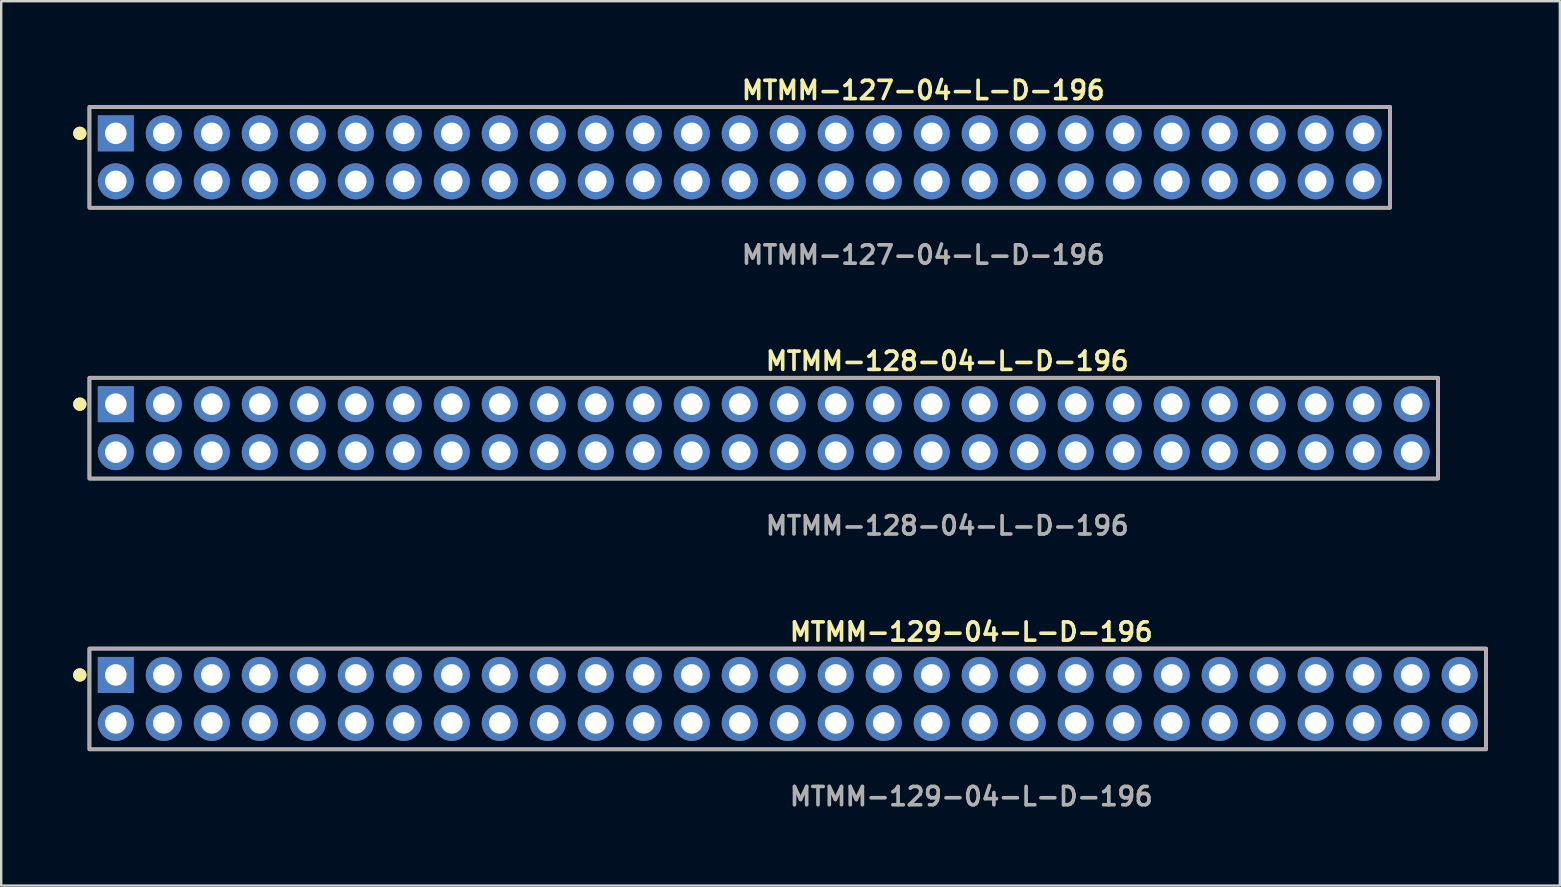
<source format=kicad_pcb>
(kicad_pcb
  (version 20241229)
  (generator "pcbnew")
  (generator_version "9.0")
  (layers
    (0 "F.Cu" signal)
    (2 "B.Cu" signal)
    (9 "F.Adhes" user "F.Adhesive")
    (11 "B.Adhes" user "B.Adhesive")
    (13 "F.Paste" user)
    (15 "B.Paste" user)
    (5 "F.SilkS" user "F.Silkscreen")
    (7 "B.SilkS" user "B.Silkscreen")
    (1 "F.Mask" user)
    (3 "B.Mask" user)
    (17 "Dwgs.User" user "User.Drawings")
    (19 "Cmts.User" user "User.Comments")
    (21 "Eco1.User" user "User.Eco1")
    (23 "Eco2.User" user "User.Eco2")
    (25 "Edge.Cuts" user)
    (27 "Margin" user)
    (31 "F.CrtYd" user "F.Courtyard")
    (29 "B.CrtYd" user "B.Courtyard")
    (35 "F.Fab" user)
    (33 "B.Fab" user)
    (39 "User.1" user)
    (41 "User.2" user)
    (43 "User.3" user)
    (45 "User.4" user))
  (footprint "MTMM-128-04-L-D-196"
    (layer "F.Cu")
    (at 28.776 14.792)
    (property "Reference" "MTMM-128-04-L-D-196" (at 0 -2.794 0) (unlocked yes) (layer "F.SilkS") (effects (font (size 0.762 0.762) (thickness 0.152)) (justify left)))
    (fp_rect (start -28.1 2.1) (end 28.1 -2.1) (stroke (width 0.152) (type solid)) (fill no) (layer "F.SilkS"))
    (fp_circle (center -28.5 -1) (end -28.7 -1) (stroke (width 0.152) (type solid)) (fill yes) (layer "F.SilkS"))
    (fp_circle (center -28.5 -1) (end -28.7 -1) (stroke (width 0.152) (type solid)) (fill yes) (layer "F.SilkS"))
    (fp_rect (start -28.1 2.1) (end 28.1 -2.1) (stroke (width 0.006) (type solid)) (fill no) (layer "F.CrtYd"))
    (fp_rect (start -28.1 2.1) (end 28.1 -2.1) (stroke (width 0.152) (type solid)) (fill no) (layer "F.Fab"))
    (fp_text user "${REFERENCE}" (at 0 4.064 0) (unlocked yes) (layer "F.Fab") (effects (font (size 0.762 0.762) (thickness 0.152)) (justify left)))
    (pad "1" thru_hole rect (at -27 -1) (size 1.5 1.5) (drill 0.9) (layers "*.Cu" "*.Mask"))
    (pad "2" thru_hole circle (at -27 1) (size 1.5 1.5) (drill 0.9) (layers "*.Cu" "*.Mask"))
    (pad "3" thru_hole circle (at -25 -1) (size 1.5 1.5) (drill 0.9) (layers "*.Cu" "*.Mask"))
    (pad "4" thru_hole circle (at -25 1) (size 1.5 1.5) (drill 0.9) (layers "*.Cu" "*.Mask"))
    (pad "5" thru_hole circle (at -23 -1) (size 1.5 1.5) (drill 0.9) (layers "*.Cu" "*.Mask"))
    (pad "6" thru_hole circle (at -23 1) (size 1.5 1.5) (drill 0.9) (layers "*.Cu" "*.Mask"))
    (pad "7" thru_hole circle (at -21 -1) (size 1.5 1.5) (drill 0.9) (layers "*.Cu" "*.Mask"))
    (pad "8" thru_hole circle (at -21 1) (size 1.5 1.5) (drill 0.9) (layers "*.Cu" "*.Mask"))
    (pad "9" thru_hole circle (at -19 -1) (size 1.5 1.5) (drill 0.9) (layers "*.Cu" "*.Mask"))
    (pad "10" thru_hole circle (at -19 1) (size 1.5 1.5) (drill 0.9) (layers "*.Cu" "*.Mask"))
    (pad "11" thru_hole circle (at -17 -1) (size 1.5 1.5) (drill 0.9) (layers "*.Cu" "*.Mask"))
    (pad "12" thru_hole circle (at -17 1) (size 1.5 1.5) (drill 0.9) (layers "*.Cu" "*.Mask"))
    (pad "13" thru_hole circle (at -15 -1) (size 1.5 1.5) (drill 0.9) (layers "*.Cu" "*.Mask"))
    (pad "14" thru_hole circle (at -15 1) (size 1.5 1.5) (drill 0.9) (layers "*.Cu" "*.Mask"))
    (pad "15" thru_hole circle (at -13 -1) (size 1.5 1.5) (drill 0.9) (layers "*.Cu" "*.Mask"))
    (pad "16" thru_hole circle (at -13 1) (size 1.5 1.5) (drill 0.9) (layers "*.Cu" "*.Mask"))
    (pad "17" thru_hole circle (at -11 -1) (size 1.5 1.5) (drill 0.9) (layers "*.Cu" "*.Mask"))
    (pad "18" thru_hole circle (at -11 1) (size 1.5 1.5) (drill 0.9) (layers "*.Cu" "*.Mask"))
    (pad "19" thru_hole circle (at -9 -1) (size 1.5 1.5) (drill 0.9) (layers "*.Cu" "*.Mask"))
    (pad "20" thru_hole circle (at -9 1) (size 1.5 1.5) (drill 0.9) (layers "*.Cu" "*.Mask"))
    (pad "21" thru_hole circle (at -7 -1) (size 1.5 1.5) (drill 0.9) (layers "*.Cu" "*.Mask"))
    (pad "22" thru_hole circle (at -7 1) (size 1.5 1.5) (drill 0.9) (layers "*.Cu" "*.Mask"))
    (pad "23" thru_hole circle (at -5 -1) (size 1.5 1.5) (drill 0.9) (layers "*.Cu" "*.Mask"))
    (pad "24" thru_hole circle (at -5 1) (size 1.5 1.5) (drill 0.9) (layers "*.Cu" "*.Mask"))
    (pad "25" thru_hole circle (at -3 -1) (size 1.5 1.5) (drill 0.9) (layers "*.Cu" "*.Mask"))
    (pad "26" thru_hole circle (at -3 1) (size 1.5 1.5) (drill 0.9) (layers "*.Cu" "*.Mask"))
    (pad "27" thru_hole circle (at -1 -1) (size 1.5 1.5) (drill 0.9) (layers "*.Cu" "*.Mask"))
    (pad "28" thru_hole circle (at -1 1) (size 1.5 1.5) (drill 0.9) (layers "*.Cu" "*.Mask"))
    (pad "29" thru_hole circle (at 1 -1) (size 1.5 1.5) (drill 0.9) (layers "*.Cu" "*.Mask"))
    (pad "30" thru_hole circle (at 1 1) (size 1.5 1.5) (drill 0.9) (layers "*.Cu" "*.Mask"))
    (pad "31" thru_hole circle (at 3 -1) (size 1.5 1.5) (drill 0.9) (layers "*.Cu" "*.Mask"))
    (pad "32" thru_hole circle (at 3 1) (size 1.5 1.5) (drill 0.9) (layers "*.Cu" "*.Mask"))
    (pad "33" thru_hole circle (at 5 -1) (size 1.5 1.5) (drill 0.9) (layers "*.Cu" "*.Mask"))
    (pad "34" thru_hole circle (at 5 1) (size 1.5 1.5) (drill 0.9) (layers "*.Cu" "*.Mask"))
    (pad "35" thru_hole circle (at 7 -1) (size 1.5 1.5) (drill 0.9) (layers "*.Cu" "*.Mask"))
    (pad "36" thru_hole circle (at 7 1) (size 1.5 1.5) (drill 0.9) (layers "*.Cu" "*.Mask"))
    (pad "37" thru_hole circle (at 9 -1) (size 1.5 1.5) (drill 0.9) (layers "*.Cu" "*.Mask"))
    (pad "38" thru_hole circle (at 9 1) (size 1.5 1.5) (drill 0.9) (layers "*.Cu" "*.Mask"))
    (pad "39" thru_hole circle (at 11 -1) (size 1.5 1.5) (drill 0.9) (layers "*.Cu" "*.Mask"))
    (pad "40" thru_hole circle (at 11 1) (size 1.5 1.5) (drill 0.9) (layers "*.Cu" "*.Mask"))
    (pad "41" thru_hole circle (at 13 -1) (size 1.5 1.5) (drill 0.9) (layers "*.Cu" "*.Mask"))
    (pad "42" thru_hole circle (at 13 1) (size 1.5 1.5) (drill 0.9) (layers "*.Cu" "*.Mask"))
    (pad "43" thru_hole circle (at 15 -1) (size 1.5 1.5) (drill 0.9) (layers "*.Cu" "*.Mask"))
    (pad "44" thru_hole circle (at 15 1) (size 1.5 1.5) (drill 0.9) (layers "*.Cu" "*.Mask"))
    (pad "45" thru_hole circle (at 17 -1) (size 1.5 1.5) (drill 0.9) (layers "*.Cu" "*.Mask"))
    (pad "46" thru_hole circle (at 17 1) (size 1.5 1.5) (drill 0.9) (layers "*.Cu" "*.Mask"))
    (pad "47" thru_hole circle (at 19 -1) (size 1.5 1.5) (drill 0.9) (layers "*.Cu" "*.Mask"))
    (pad "48" thru_hole circle (at 19 1) (size 1.5 1.5) (drill 0.9) (layers "*.Cu" "*.Mask"))
    (pad "49" thru_hole circle (at 21 -1) (size 1.5 1.5) (drill 0.9) (layers "*.Cu" "*.Mask"))
    (pad "50" thru_hole circle (at 21 1) (size 1.5 1.5) (drill 0.9) (layers "*.Cu" "*.Mask"))
    (pad "51" thru_hole circle (at 23 -1) (size 1.5 1.5) (drill 0.9) (layers "*.Cu" "*.Mask"))
    (pad "52" thru_hole circle (at 23 1) (size 1.5 1.5) (drill 0.9) (layers "*.Cu" "*.Mask"))
    (pad "53" thru_hole circle (at 25 -1) (size 1.5 1.5) (drill 0.9) (layers "*.Cu" "*.Mask"))
    (pad "54" thru_hole circle (at 25 1) (size 1.5 1.5) (drill 0.9) (layers "*.Cu" "*.Mask"))
    (pad "55" thru_hole circle (at 27 -1) (size 1.5 1.5) (drill 0.9) (layers "*.Cu" "*.Mask"))
    (pad "56" thru_hole circle (at 27 1) (size 1.5 1.5) (drill 0.9) (layers "*.Cu" "*.Mask")))
  (footprint "MTMM-129-04-L-D-196"
    (layer "F.Cu")
    (at 29.776 26.076)
    (property "Reference" "MTMM-129-04-L-D-196" (at 0 -2.794 0) (unlocked yes) (layer "F.SilkS") (effects (font (size 0.762 0.762) (thickness 0.152)) (justify left)))
    (fp_rect (start -29.1 2.1) (end 29.1 -2.1) (stroke (width 0.152) (type solid)) (fill no) (layer "F.SilkS"))
    (fp_circle (center -29.5 -1) (end -29.7 -1) (stroke (width 0.152) (type solid)) (fill yes) (layer "F.SilkS"))
    (fp_circle (center -29.5 -1) (end -29.7 -1) (stroke (width 0.152) (type solid)) (fill yes) (layer "F.SilkS"))
    (fp_rect (start -29.1 2.1) (end 29.1 -2.1) (stroke (width 0.006) (type solid)) (fill no) (layer "F.CrtYd"))
    (fp_rect (start -29.1 2.1) (end 29.1 -2.1) (stroke (width 0.152) (type solid)) (fill no) (layer "F.Fab"))
    (fp_text user "${REFERENCE}" (at 0 4.064 0) (unlocked yes) (layer "F.Fab") (effects (font (size 0.762 0.762) (thickness 0.152)) (justify left)))
    (pad "1" thru_hole rect (at -28 -1) (size 1.5 1.5) (drill 0.9) (layers "*.Cu" "*.Mask"))
    (pad "2" thru_hole circle (at -28 1) (size 1.5 1.5) (drill 0.9) (layers "*.Cu" "*.Mask"))
    (pad "3" thru_hole circle (at -26 -1) (size 1.5 1.5) (drill 0.9) (layers "*.Cu" "*.Mask"))
    (pad "4" thru_hole circle (at -26 1) (size 1.5 1.5) (drill 0.9) (layers "*.Cu" "*.Mask"))
    (pad "5" thru_hole circle (at -24 -1) (size 1.5 1.5) (drill 0.9) (layers "*.Cu" "*.Mask"))
    (pad "6" thru_hole circle (at -24 1) (size 1.5 1.5) (drill 0.9) (layers "*.Cu" "*.Mask"))
    (pad "7" thru_hole circle (at -22 -1) (size 1.5 1.5) (drill 0.9) (layers "*.Cu" "*.Mask"))
    (pad "8" thru_hole circle (at -22 1) (size 1.5 1.5) (drill 0.9) (layers "*.Cu" "*.Mask"))
    (pad "9" thru_hole circle (at -20 -1) (size 1.5 1.5) (drill 0.9) (layers "*.Cu" "*.Mask"))
    (pad "10" thru_hole circle (at -20 1) (size 1.5 1.5) (drill 0.9) (layers "*.Cu" "*.Mask"))
    (pad "11" thru_hole circle (at -18 -1) (size 1.5 1.5) (drill 0.9) (layers "*.Cu" "*.Mask"))
    (pad "12" thru_hole circle (at -18 1) (size 1.5 1.5) (drill 0.9) (layers "*.Cu" "*.Mask"))
    (pad "13" thru_hole circle (at -16 -1) (size 1.5 1.5) (drill 0.9) (layers "*.Cu" "*.Mask"))
    (pad "14" thru_hole circle (at -16 1) (size 1.5 1.5) (drill 0.9) (layers "*.Cu" "*.Mask"))
    (pad "15" thru_hole circle (at -14 -1) (size 1.5 1.5) (drill 0.9) (layers "*.Cu" "*.Mask"))
    (pad "16" thru_hole circle (at -14 1) (size 1.5 1.5) (drill 0.9) (layers "*.Cu" "*.Mask"))
    (pad "17" thru_hole circle (at -12 -1) (size 1.5 1.5) (drill 0.9) (layers "*.Cu" "*.Mask"))
    (pad "18" thru_hole circle (at -12 1) (size 1.5 1.5) (drill 0.9) (layers "*.Cu" "*.Mask"))
    (pad "19" thru_hole circle (at -10 -1) (size 1.5 1.5) (drill 0.9) (layers "*.Cu" "*.Mask"))
    (pad "20" thru_hole circle (at -10 1) (size 1.5 1.5) (drill 0.9) (layers "*.Cu" "*.Mask"))
    (pad "21" thru_hole circle (at -8 -1) (size 1.5 1.5) (drill 0.9) (layers "*.Cu" "*.Mask"))
    (pad "22" thru_hole circle (at -8 1) (size 1.5 1.5) (drill 0.9) (layers "*.Cu" "*.Mask"))
    (pad "23" thru_hole circle (at -6 -1) (size 1.5 1.5) (drill 0.9) (layers "*.Cu" "*.Mask"))
    (pad "24" thru_hole circle (at -6 1) (size 1.5 1.5) (drill 0.9) (layers "*.Cu" "*.Mask"))
    (pad "25" thru_hole circle (at -4 -1) (size 1.5 1.5) (drill 0.9) (layers "*.Cu" "*.Mask"))
    (pad "26" thru_hole circle (at -4 1) (size 1.5 1.5) (drill 0.9) (layers "*.Cu" "*.Mask"))
    (pad "27" thru_hole circle (at -2 -1) (size 1.5 1.5) (drill 0.9) (layers "*.Cu" "*.Mask"))
    (pad "28" thru_hole circle (at -2 1) (size 1.5 1.5) (drill 0.9) (layers "*.Cu" "*.Mask"))
    (pad "29" thru_hole circle (at 0 -1) (size 1.5 1.5) (drill 0.9) (layers "*.Cu" "*.Mask"))
    (pad "30" thru_hole circle (at 0 1) (size 1.5 1.5) (drill 0.9) (layers "*.Cu" "*.Mask"))
    (pad "31" thru_hole circle (at 2 -1) (size 1.5 1.5) (drill 0.9) (layers "*.Cu" "*.Mask"))
    (pad "32" thru_hole circle (at 2 1) (size 1.5 1.5) (drill 0.9) (layers "*.Cu" "*.Mask"))
    (pad "33" thru_hole circle (at 4 -1) (size 1.5 1.5) (drill 0.9) (layers "*.Cu" "*.Mask"))
    (pad "34" thru_hole circle (at 4 1) (size 1.5 1.5) (drill 0.9) (layers "*.Cu" "*.Mask"))
    (pad "35" thru_hole circle (at 6 -1) (size 1.5 1.5) (drill 0.9) (layers "*.Cu" "*.Mask"))
    (pad "36" thru_hole circle (at 6 1) (size 1.5 1.5) (drill 0.9) (layers "*.Cu" "*.Mask"))
    (pad "37" thru_hole circle (at 8 -1) (size 1.5 1.5) (drill 0.9) (layers "*.Cu" "*.Mask"))
    (pad "38" thru_hole circle (at 8 1) (size 1.5 1.5) (drill 0.9) (layers "*.Cu" "*.Mask"))
    (pad "39" thru_hole circle (at 10 -1) (size 1.5 1.5) (drill 0.9) (layers "*.Cu" "*.Mask"))
    (pad "40" thru_hole circle (at 10 1) (size 1.5 1.5) (drill 0.9) (layers "*.Cu" "*.Mask"))
    (pad "41" thru_hole circle (at 12 -1) (size 1.5 1.5) (drill 0.9) (layers "*.Cu" "*.Mask"))
    (pad "42" thru_hole circle (at 12 1) (size 1.5 1.5) (drill 0.9) (layers "*.Cu" "*.Mask"))
    (pad "43" thru_hole circle (at 14 -1) (size 1.5 1.5) (drill 0.9) (layers "*.Cu" "*.Mask"))
    (pad "44" thru_hole circle (at 14 1) (size 1.5 1.5) (drill 0.9) (layers "*.Cu" "*.Mask"))
    (pad "45" thru_hole circle (at 16 -1) (size 1.5 1.5) (drill 0.9) (layers "*.Cu" "*.Mask"))
    (pad "46" thru_hole circle (at 16 1) (size 1.5 1.5) (drill 0.9) (layers "*.Cu" "*.Mask"))
    (pad "47" thru_hole circle (at 18 -1) (size 1.5 1.5) (drill 0.9) (layers "*.Cu" "*.Mask"))
    (pad "48" thru_hole circle (at 18 1) (size 1.5 1.5) (drill 0.9) (layers "*.Cu" "*.Mask"))
    (pad "49" thru_hole circle (at 20 -1) (size 1.5 1.5) (drill 0.9) (layers "*.Cu" "*.Mask"))
    (pad "50" thru_hole circle (at 20 1) (size 1.5 1.5) (drill 0.9) (layers "*.Cu" "*.Mask"))
    (pad "51" thru_hole circle (at 22 -1) (size 1.5 1.5) (drill 0.9) (layers "*.Cu" "*.Mask"))
    (pad "52" thru_hole circle (at 22 1) (size 1.5 1.5) (drill 0.9) (layers "*.Cu" "*.Mask"))
    (pad "53" thru_hole circle (at 24 -1) (size 1.5 1.5) (drill 0.9) (layers "*.Cu" "*.Mask"))
    (pad "54" thru_hole circle (at 24 1) (size 1.5 1.5) (drill 0.9) (layers "*.Cu" "*.Mask"))
    (pad "55" thru_hole circle (at 26 -1) (size 1.5 1.5) (drill 0.9) (layers "*.Cu" "*.Mask"))
    (pad "56" thru_hole circle (at 26 1) (size 1.5 1.5) (drill 0.9) (layers "*.Cu" "*.Mask"))
    (pad "57" thru_hole circle (at 28 -1) (size 1.5 1.5) (drill 0.9) (layers "*.Cu" "*.Mask"))
    (pad "58" thru_hole circle (at 28 1) (size 1.5 1.5) (drill 0.9) (layers "*.Cu" "*.Mask")))
  (footprint "MTMM-127-04-L-D-196"
    (layer "F.Cu")
    (at 27.776 3.507)
    (property "Reference" "MTMM-127-04-L-D-196" (at 0 -2.794 0) (unlocked yes) (layer "F.SilkS") (effects (font (size 0.762 0.762) (thickness 0.152)) (justify left)))
    (fp_rect (start -27.1 2.1) (end 27.1 -2.1) (stroke (width 0.152) (type solid)) (fill no) (layer "F.SilkS"))
    (fp_circle (center -27.5 -1) (end -27.7 -1) (stroke (width 0.152) (type solid)) (fill yes) (layer "F.SilkS"))
    (fp_circle (center -27.5 -1) (end -27.7 -1) (stroke (width 0.152) (type solid)) (fill yes) (layer "F.SilkS"))
    (fp_rect (start -27.1 2.1) (end 27.1 -2.1) (stroke (width 0.006) (type solid)) (fill no) (layer "F.CrtYd"))
    (fp_rect (start -27.1 2.1) (end 27.1 -2.1) (stroke (width 0.152) (type solid)) (fill no) (layer "F.Fab"))
    (fp_text user "${REFERENCE}" (at 0 4.064 0) (unlocked yes) (layer "F.Fab") (effects (font (size 0.762 0.762) (thickness 0.152)) (justify left)))
    (pad "1" thru_hole rect (at -26 -1) (size 1.5 1.5) (drill 0.9) (layers "*.Cu" "*.Mask"))
    (pad "2" thru_hole circle (at -26 1) (size 1.5 1.5) (drill 0.9) (layers "*.Cu" "*.Mask"))
    (pad "3" thru_hole circle (at -24 -1) (size 1.5 1.5) (drill 0.9) (layers "*.Cu" "*.Mask"))
    (pad "4" thru_hole circle (at -24 1) (size 1.5 1.5) (drill 0.9) (layers "*.Cu" "*.Mask"))
    (pad "5" thru_hole circle (at -22 -1) (size 1.5 1.5) (drill 0.9) (layers "*.Cu" "*.Mask"))
    (pad "6" thru_hole circle (at -22 1) (size 1.5 1.5) (drill 0.9) (layers "*.Cu" "*.Mask"))
    (pad "7" thru_hole circle (at -20 -1) (size 1.5 1.5) (drill 0.9) (layers "*.Cu" "*.Mask"))
    (pad "8" thru_hole circle (at -20 1) (size 1.5 1.5) (drill 0.9) (layers "*.Cu" "*.Mask"))
    (pad "9" thru_hole circle (at -18 -1) (size 1.5 1.5) (drill 0.9) (layers "*.Cu" "*.Mask"))
    (pad "10" thru_hole circle (at -18 1) (size 1.5 1.5) (drill 0.9) (layers "*.Cu" "*.Mask"))
    (pad "11" thru_hole circle (at -16 -1) (size 1.5 1.5) (drill 0.9) (layers "*.Cu" "*.Mask"))
    (pad "12" thru_hole circle (at -16 1) (size 1.5 1.5) (drill 0.9) (layers "*.Cu" "*.Mask"))
    (pad "13" thru_hole circle (at -14 -1) (size 1.5 1.5) (drill 0.9) (layers "*.Cu" "*.Mask"))
    (pad "14" thru_hole circle (at -14 1) (size 1.5 1.5) (drill 0.9) (layers "*.Cu" "*.Mask"))
    (pad "15" thru_hole circle (at -12 -1) (size 1.5 1.5) (drill 0.9) (layers "*.Cu" "*.Mask"))
    (pad "16" thru_hole circle (at -12 1) (size 1.5 1.5) (drill 0.9) (layers "*.Cu" "*.Mask"))
    (pad "17" thru_hole circle (at -10 -1) (size 1.5 1.5) (drill 0.9) (layers "*.Cu" "*.Mask"))
    (pad "18" thru_hole circle (at -10 1) (size 1.5 1.5) (drill 0.9) (layers "*.Cu" "*.Mask"))
    (pad "19" thru_hole circle (at -8 -1) (size 1.5 1.5) (drill 0.9) (layers "*.Cu" "*.Mask"))
    (pad "20" thru_hole circle (at -8 1) (size 1.5 1.5) (drill 0.9) (layers "*.Cu" "*.Mask"))
    (pad "21" thru_hole circle (at -6 -1) (size 1.5 1.5) (drill 0.9) (layers "*.Cu" "*.Mask"))
    (pad "22" thru_hole circle (at -6 1) (size 1.5 1.5) (drill 0.9) (layers "*.Cu" "*.Mask"))
    (pad "23" thru_hole circle (at -4 -1) (size 1.5 1.5) (drill 0.9) (layers "*.Cu" "*.Mask"))
    (pad "24" thru_hole circle (at -4 1) (size 1.5 1.5) (drill 0.9) (layers "*.Cu" "*.Mask"))
    (pad "25" thru_hole circle (at -2 -1) (size 1.5 1.5) (drill 0.9) (layers "*.Cu" "*.Mask"))
    (pad "26" thru_hole circle (at -2 1) (size 1.5 1.5) (drill 0.9) (layers "*.Cu" "*.Mask"))
    (pad "27" thru_hole circle (at 0 -1) (size 1.5 1.5) (drill 0.9) (layers "*.Cu" "*.Mask"))
    (pad "28" thru_hole circle (at 0 1) (size 1.5 1.5) (drill 0.9) (layers "*.Cu" "*.Mask"))
    (pad "29" thru_hole circle (at 2 -1) (size 1.5 1.5) (drill 0.9) (layers "*.Cu" "*.Mask"))
    (pad "30" thru_hole circle (at 2 1) (size 1.5 1.5) (drill 0.9) (layers "*.Cu" "*.Mask"))
    (pad "31" thru_hole circle (at 4 -1) (size 1.5 1.5) (drill 0.9) (layers "*.Cu" "*.Mask"))
    (pad "32" thru_hole circle (at 4 1) (size 1.5 1.5) (drill 0.9) (layers "*.Cu" "*.Mask"))
    (pad "33" thru_hole circle (at 6 -1) (size 1.5 1.5) (drill 0.9) (layers "*.Cu" "*.Mask"))
    (pad "34" thru_hole circle (at 6 1) (size 1.5 1.5) (drill 0.9) (layers "*.Cu" "*.Mask"))
    (pad "35" thru_hole circle (at 8 -1) (size 1.5 1.5) (drill 0.9) (layers "*.Cu" "*.Mask"))
    (pad "36" thru_hole circle (at 8 1) (size 1.5 1.5) (drill 0.9) (layers "*.Cu" "*.Mask"))
    (pad "37" thru_hole circle (at 10 -1) (size 1.5 1.5) (drill 0.9) (layers "*.Cu" "*.Mask"))
    (pad "38" thru_hole circle (at 10 1) (size 1.5 1.5) (drill 0.9) (layers "*.Cu" "*.Mask"))
    (pad "39" thru_hole circle (at 12 -1) (size 1.5 1.5) (drill 0.9) (layers "*.Cu" "*.Mask"))
    (pad "40" thru_hole circle (at 12 1) (size 1.5 1.5) (drill 0.9) (layers "*.Cu" "*.Mask"))
    (pad "41" thru_hole circle (at 14 -1) (size 1.5 1.5) (drill 0.9) (layers "*.Cu" "*.Mask"))
    (pad "42" thru_hole circle (at 14 1) (size 1.5 1.5) (drill 0.9) (layers "*.Cu" "*.Mask"))
    (pad "43" thru_hole circle (at 16 -1) (size 1.5 1.5) (drill 0.9) (layers "*.Cu" "*.Mask"))
    (pad "44" thru_hole circle (at 16 1) (size 1.5 1.5) (drill 0.9) (layers "*.Cu" "*.Mask"))
    (pad "45" thru_hole circle (at 18 -1) (size 1.5 1.5) (drill 0.9) (layers "*.Cu" "*.Mask"))
    (pad "46" thru_hole circle (at 18 1) (size 1.5 1.5) (drill 0.9) (layers "*.Cu" "*.Mask"))
    (pad "47" thru_hole circle (at 20 -1) (size 1.5 1.5) (drill 0.9) (layers "*.Cu" "*.Mask"))
    (pad "48" thru_hole circle (at 20 1) (size 1.5 1.5) (drill 0.9) (layers "*.Cu" "*.Mask"))
    (pad "49" thru_hole circle (at 22 -1) (size 1.5 1.5) (drill 0.9) (layers "*.Cu" "*.Mask"))
    (pad "50" thru_hole circle (at 22 1) (size 1.5 1.5) (drill 0.9) (layers "*.Cu" "*.Mask"))
    (pad "51" thru_hole circle (at 24 -1) (size 1.5 1.5) (drill 0.9) (layers "*.Cu" "*.Mask"))
    (pad "52" thru_hole circle (at 24 1) (size 1.5 1.5) (drill 0.9) (layers "*.Cu" "*.Mask"))
    (pad "53" thru_hole circle (at 26 -1) (size 1.5 1.5) (drill 0.9) (layers "*.Cu" "*.Mask"))
    (pad "54" thru_hole circle (at 26 1) (size 1.5 1.5) (drill 0.9) (layers "*.Cu" "*.Mask")))
  (gr_rect
    (start -3 -3)
    (end 61.952 33.853)
    (stroke (width 0.1) (type default))
    (fill no)
    (layer "Edge.Cuts")))
</source>
